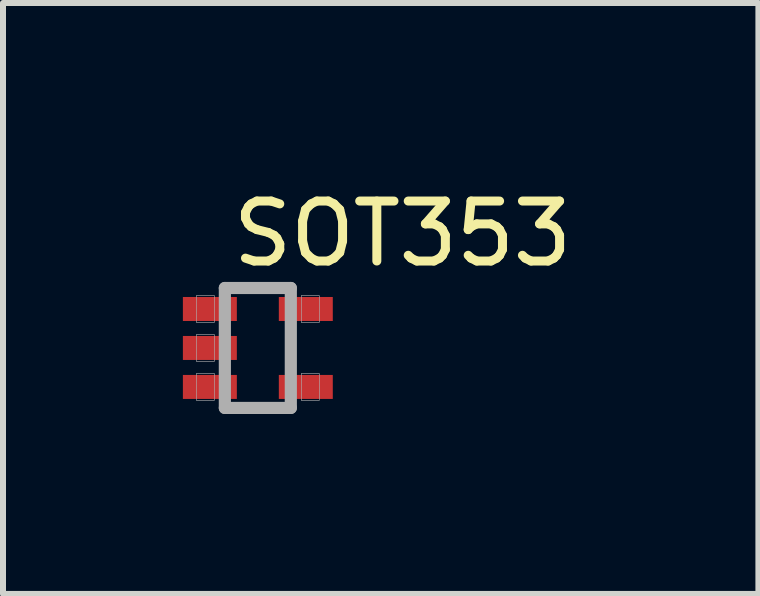
<source format=kicad_pcb>
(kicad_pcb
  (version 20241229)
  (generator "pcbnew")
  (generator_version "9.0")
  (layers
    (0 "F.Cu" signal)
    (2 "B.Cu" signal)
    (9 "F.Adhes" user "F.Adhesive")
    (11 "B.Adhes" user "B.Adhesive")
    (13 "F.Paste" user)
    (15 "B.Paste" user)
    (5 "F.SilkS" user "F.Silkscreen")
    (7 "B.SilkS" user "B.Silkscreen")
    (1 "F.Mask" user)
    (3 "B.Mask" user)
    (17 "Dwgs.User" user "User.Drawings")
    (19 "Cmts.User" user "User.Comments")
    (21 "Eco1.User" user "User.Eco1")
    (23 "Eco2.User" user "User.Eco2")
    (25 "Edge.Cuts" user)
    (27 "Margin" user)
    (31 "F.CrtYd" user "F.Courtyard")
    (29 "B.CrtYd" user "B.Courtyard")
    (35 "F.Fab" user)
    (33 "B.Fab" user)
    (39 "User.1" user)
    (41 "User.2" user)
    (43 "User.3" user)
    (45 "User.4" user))
  (footprint "SOT353"
    (layer "F.Cu")
    (at 1.25 2.753)
    (property "Reference" "SOT353" (at 2.413 -1.905 0) (layer "F.SilkS") (effects (font (size 1 1) (thickness 0.15))))
    (attr smd)
    (fp_line (start -0.55 -1) (end -0.55 1) (stroke (width 0.203) (type solid)) (layer "F.Fab"))
    (fp_line (start -0.55 1) (end 0.55 1) (stroke (width 0.203) (type solid)) (layer "F.Fab"))
    (fp_line (start 0.55 -1) (end -0.55 -1) (stroke (width 0.203) (type solid)) (layer "F.Fab"))
    (fp_line (start 0.55 1) (end 0.55 -1) (stroke (width 0.203) (type solid)) (layer "F.Fab"))
    (fp_poly (pts (xy -1.025 -0.875) (xy -0.725 -0.875) (xy -0.725 -0.425) (xy -1.025 -0.425)) (stroke (width 0.01) (type solid)) (fill no) (layer "F.Fab"))
    (fp_poly (pts (xy -1.025 -0.225) (xy -0.725 -0.225) (xy -0.725 0.225) (xy -1.025 0.225)) (stroke (width 0.01) (type solid)) (fill no) (layer "F.Fab"))
    (fp_poly (pts (xy -1.025 0.425) (xy -0.725 0.425) (xy -0.725 0.875) (xy -1.025 0.875)) (stroke (width 0.01) (type solid)) (fill no) (layer "F.Fab"))
    (fp_poly (pts (xy 0.725 -0.875) (xy 1.025 -0.875) (xy 1.025 -0.425) (xy 0.725 -0.425)) (stroke (width 0.01) (type solid)) (fill no) (layer "F.Fab"))
    (fp_poly (pts (xy 0.725 0.425) (xy 1.025 0.425) (xy 1.025 0.875) (xy 0.725 0.875)) (stroke (width 0.01) (type solid)) (fill no) (layer "F.Fab"))
    (pad "1" smd rect (at -0.8 -0.65 270) (size 0.4 0.9) (layers "F.Cu" "F.Mask" "F.Paste"))
    (pad "2" smd rect (at -0.8 0 270) (size 0.4 0.9) (layers "F.Cu" "F.Mask" "F.Paste"))
    (pad "3" smd rect (at -0.8 0.65 270) (size 0.4 0.9) (layers "F.Cu" "F.Mask" "F.Paste"))
    (pad "4" smd rect (at 0.8 0.65 270) (size 0.4 0.9) (layers "F.Cu" "F.Mask" "F.Paste"))
    (pad "5" smd rect (at 0.8 -0.65 270) (size 0.4 0.9) (layers "F.Cu" "F.Mask" "F.Paste")))
  (gr_rect
    (start -3 -3)
    (end 9.598 6.855)
    (stroke (width 0.1) (type default))
    (fill no)
    (layer "Edge.Cuts")))
</source>
